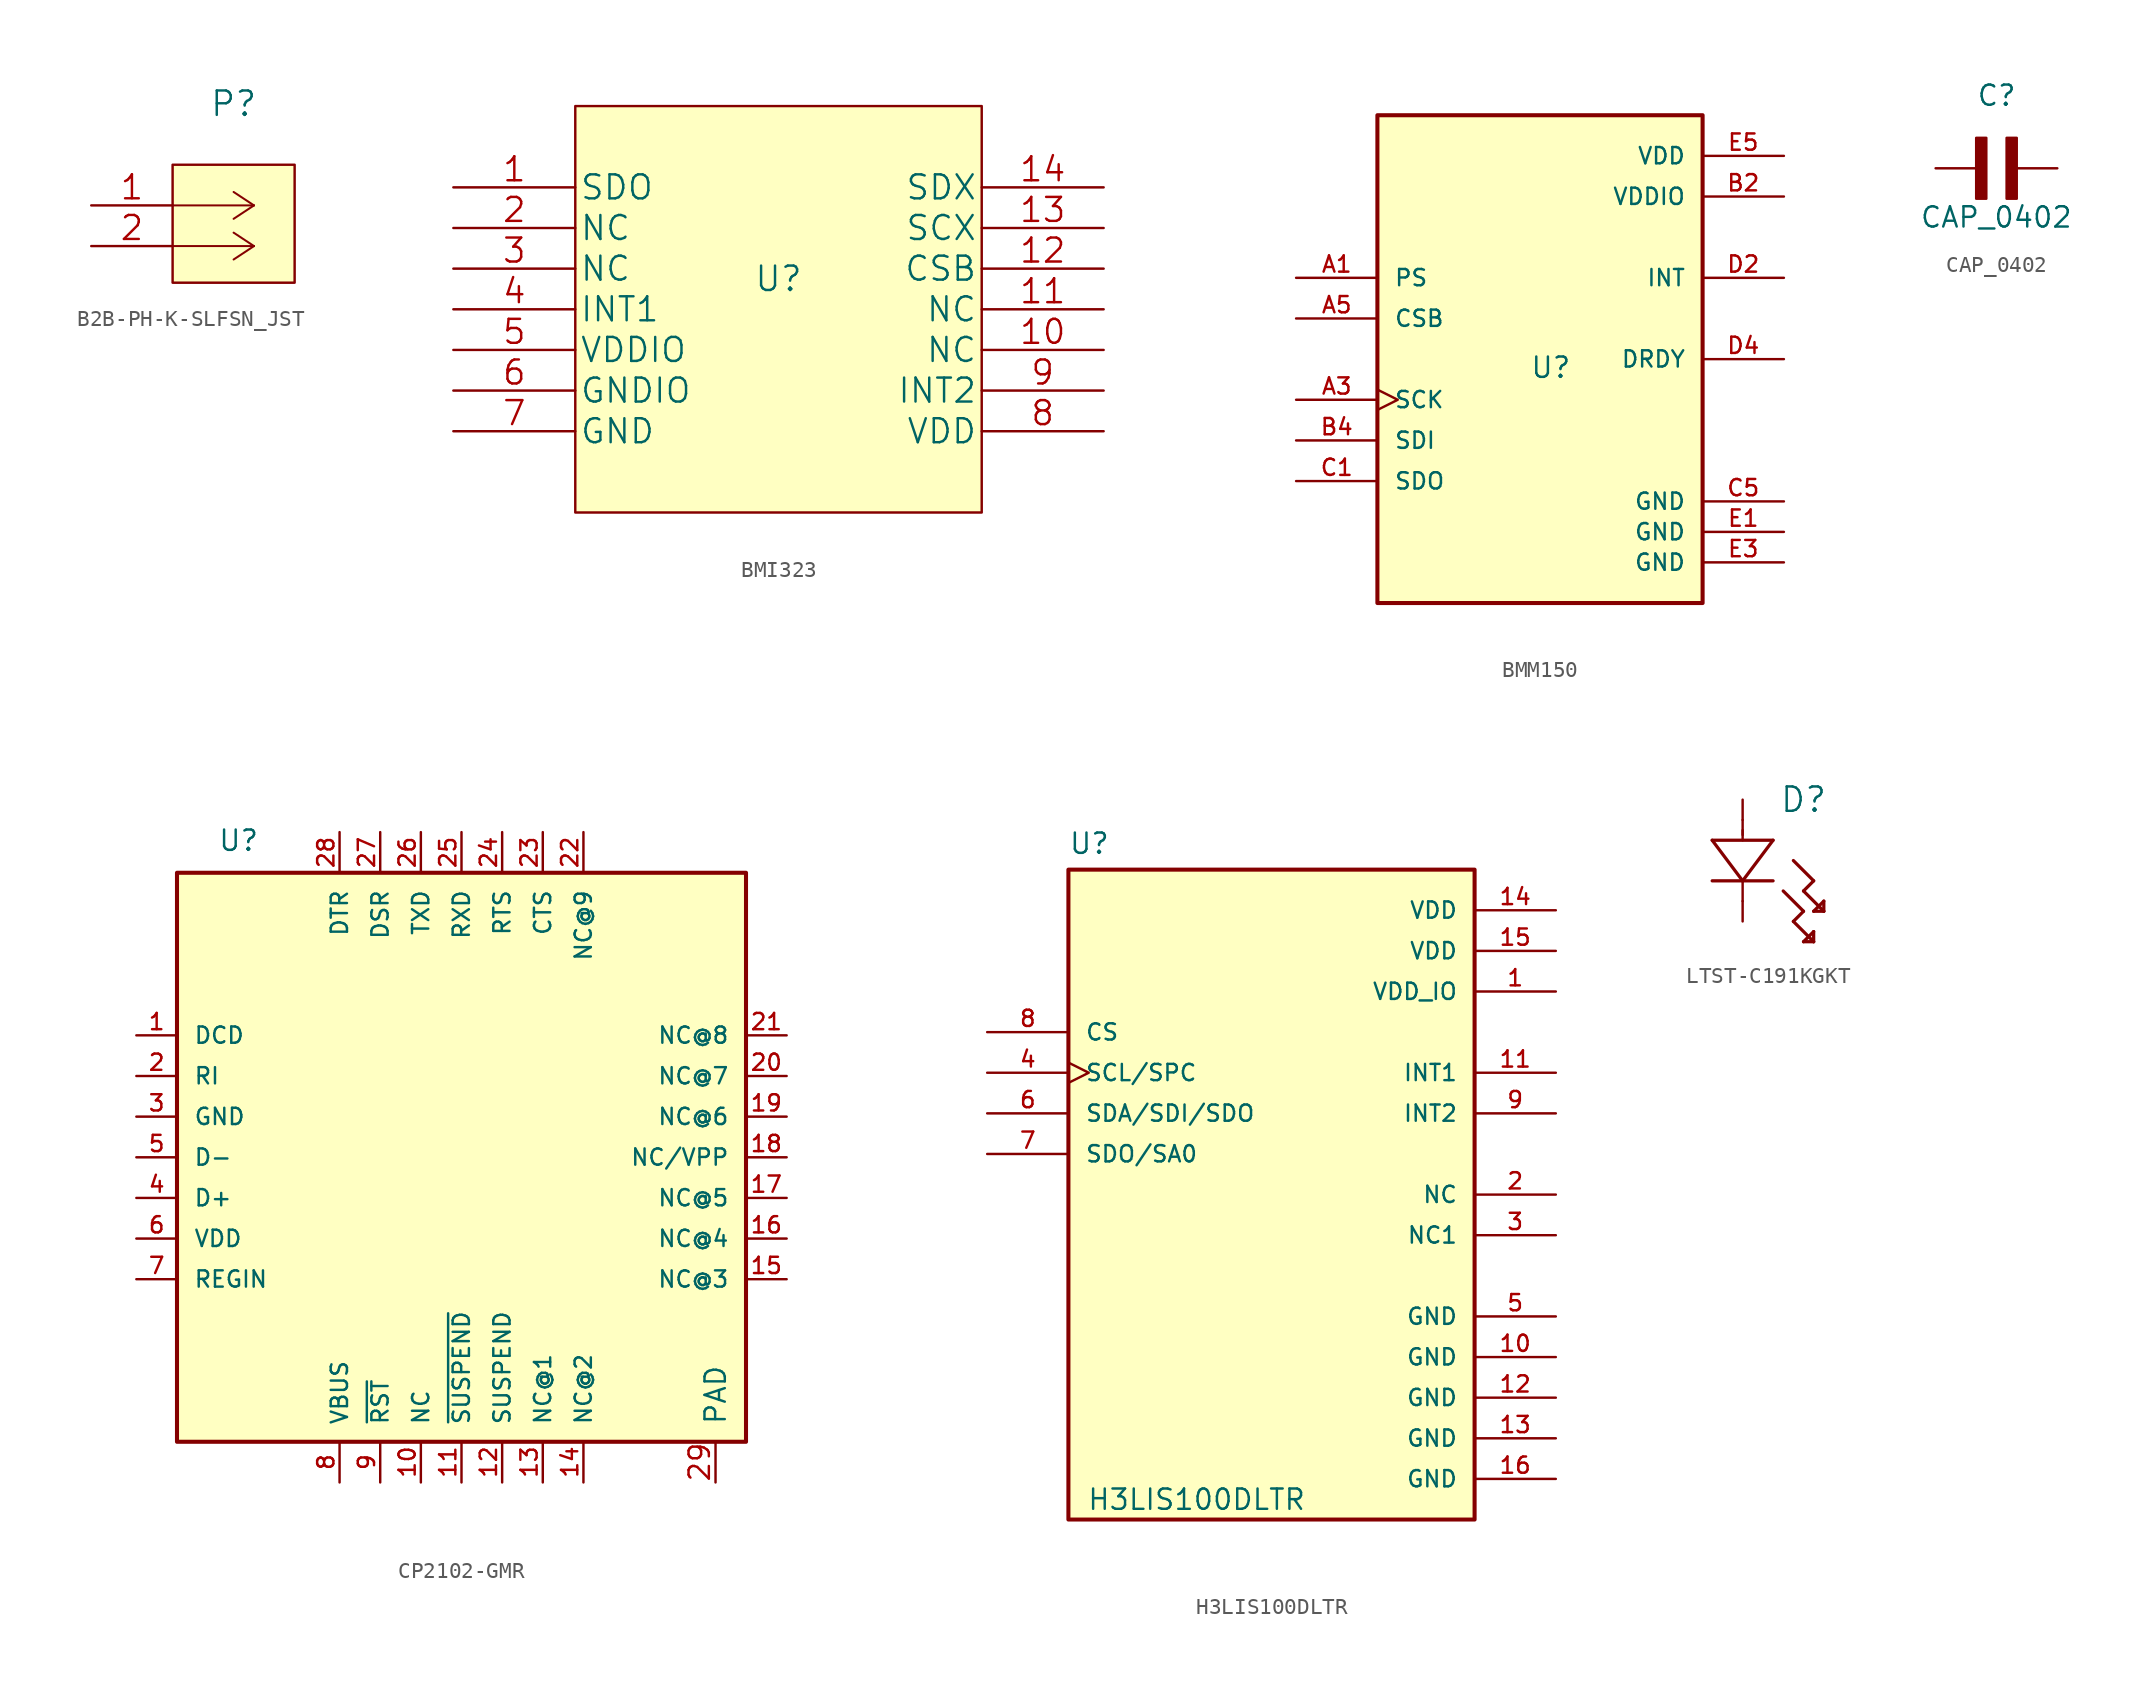
<source format=kicad_sym>
(kicad_symbol_lib
  (version 20220914)
  (generator kicad_symbol_editor)
  (symbol "B2B-PH-K-SLFSN_JST"
    (pin_names
      (offset 0.254) hide)
    (property "Reference" "P"
      (at 8.89 6.35 0)
      (effects (font (size 1.524 1.524))))
    (symbol "B2B-PH-K-SLFSN_JST_0_1"
      (rectangle (start 5.08 2.54) (end 12.7 -4.826) (stroke (width 0.152) (type default)) (fill (type background))))
    (symbol "B2B-PH-K-SLFSN_JST_1_1"
      (polyline (pts (xy 10.16 -2.54) (xy 5.08 -2.54)) (stroke (width 0.127) (type default)) (fill (type none)))
      (polyline (pts (xy 10.16 -2.54) (xy 8.89 -3.378)) (stroke (width 0.127) (type default)) (fill (type none)))
      (polyline (pts (xy 10.16 -2.54) (xy 8.89 -1.702)) (stroke (width 0.127) (type default)) (fill (type none)))
      (polyline (pts (xy 10.16 0) (xy 5.08 0)) (stroke (width 0.127) (type default)) (fill (type none)))
      (polyline (pts (xy 10.16 0) (xy 8.89 -0.838)) (stroke (width 0.127) (type default)) (fill (type none)))
      (polyline (pts (xy 10.16 0) (xy 8.89 0.838)) (stroke (width 0.127) (type default)) (fill (type none)))
      (pin passive line (at 0 0 0) (length 5.08) (name "5" (effects (font (size 1.499 1.499)))) (number "1" (effects (font (size 1.499 1.499)))))
      (pin passive line (at 0 -2.54 0) (length 5.08) (name "6" (effects (font (size 1.499 1.499)))) (number "2" (effects (font (size 1.499 1.499)))))))
  (symbol "BMI323"
    (pin_names
      (offset 0.254))
    (property "Reference" "U"
      (at 20.32 -5.715 0)
      (effects (font (size 1.524 1.524))))
    (property "Datasheet" ""
      (at 0 0 0)
      (effects (font (size 1.524 1.524))))
    (symbol "BMI323_1_1"
      (rectangle (start 7.62 5.08) (end 33.02 -20.32) (stroke (width 0.152) (type default)) (fill (type background)))
      (pin bidirectional line (at 0 0 0) (length 7.62) (name "SDO" (effects (font (size 1.499 1.499)))) (number "1" (effects (font (size 1.499 1.499)))))
      (pin passive line (at 40.64 -10.16 180) (length 7.62) (name "NC" (effects (font (size 1.499 1.499)))) (number "10" (effects (font (size 1.499 1.499)))))
      (pin passive line (at 40.64 -7.62 180) (length 7.62) (name "NC" (effects (font (size 1.499 1.499)))) (number "11" (effects (font (size 1.499 1.499)))))
      (pin input line (at 40.64 -5.08 180) (length 7.62) (name "CSB" (effects (font (size 1.499 1.499)))) (number "12" (effects (font (size 1.499 1.499)))))
      (pin input line (at 40.64 -2.54 180) (length 7.62) (name "SCX" (effects (font (size 1.499 1.499)))) (number "13" (effects (font (size 1.499 1.499)))))
      (pin bidirectional line (at 40.64 0 180) (length 7.62) (name "SDX" (effects (font (size 1.499 1.499)))) (number "14" (effects (font (size 1.499 1.499)))))
      (pin passive line (at 0 -2.54 0) (length 7.62) (name "NC" (effects (font (size 1.499 1.499)))) (number "2" (effects (font (size 1.499 1.499)))))
      (pin passive line (at 0 -5.08 0) (length 7.62) (name "NC" (effects (font (size 1.499 1.499)))) (number "3" (effects (font (size 1.499 1.499)))))
      (pin bidirectional line (at 0 -7.62 0) (length 7.62) (name "INT1" (effects (font (size 1.499 1.499)))) (number "4" (effects (font (size 1.499 1.499)))))
      (pin power_in line (at 0 -10.16 0) (length 7.62) (name "VDDIO" (effects (font (size 1.499 1.499)))) (number "5" (effects (font (size 1.499 1.499)))))
      (pin power_in line (at 0 -12.7 0) (length 7.62) (name "GNDIO" (effects (font (size 1.499 1.499)))) (number "6" (effects (font (size 1.499 1.499)))))
      (pin power_in line (at 0 -15.24 0) (length 7.62) (name "GND" (effects (font (size 1.499 1.499)))) (number "7" (effects (font (size 1.499 1.499)))))
      (pin power_in line (at 40.64 -15.24 180) (length 7.62) (name "VDD" (effects (font (size 1.499 1.499)))) (number "8" (effects (font (size 1.499 1.499)))))
      (pin bidirectional line (at 40.64 -12.7 180) (length 7.62) (name "INT2" (effects (font (size 1.499 1.499)))) (number "9" (effects (font (size 1.499 1.499)))))))
  (symbol "BMM150"
    (pin_names
      (offset 1.016))
    (property "Reference" "U"
      (at -0.635 -1.27 0)
      (effects (font (size 1.27 1.27)) (justify left bottom)))
    (symbol "BMM150_0_0"
      (rectangle (start -10.16 -15.24) (end 10.16 15.24) (stroke (width 0.254) (type default)) (fill (type background)))
      (pin input line (at -15.24 5.08 0) (length 5.08) (name "PS" (effects (font (size 1.016 1.016)))) (number "A1" (effects (font (size 1.016 1.016)))))
      (pin input clock (at -15.24 -2.54 0) (length 5.08) (name "SCK" (effects (font (size 1.016 1.016)))) (number "A3" (effects (font (size 1.016 1.016)))))
      (pin input line (at -15.24 2.54 0) (length 5.08) (name "CSB" (effects (font (size 1.016 1.016)))) (number "A5" (effects (font (size 1.016 1.016)))))
      (pin power_in line (at 15.24 10.16 180) (length 5.08) (name "VDDIO" (effects (font (size 1.016 1.016)))) (number "B2" (effects (font (size 1.016 1.016)))))
      (pin bidirectional line (at -15.24 -5.08 0) (length 5.08) (name "SDI" (effects (font (size 1.016 1.016)))) (number "B4" (effects (font (size 1.016 1.016)))))
      (pin output line (at -15.24 -7.62 0) (length 5.08) (name "SDO" (effects (font (size 1.016 1.016)))) (number "C1" (effects (font (size 1.016 1.016)))))
      (pin power_in line (at 15.24 -8.89 180) (length 5.08) (name "GND" (effects (font (size 1.016 1.016)))) (number "C5" (effects (font (size 1.016 1.016)))))
      (pin output line (at 15.24 5.08 180) (length 5.08) (name "INT" (effects (font (size 1.016 1.016)))) (number "D2" (effects (font (size 1.016 1.016)))))
      (pin output line (at 15.24 0 180) (length 5.08) (name "DRDY" (effects (font (size 1.016 1.016)))) (number "D4" (effects (font (size 1.016 1.016)))))
      (pin power_in line (at 15.24 -10.795 180) (length 5.08) (name "GND" (effects (font (size 1.016 1.016)))) (number "E1" (effects (font (size 1.016 1.016)))))
      (pin power_in line (at 15.24 -12.7 180) (length 5.08) (name "GND" (effects (font (size 1.016 1.016)))) (number "E3" (effects (font (size 1.016 1.016)))))
      (pin power_in line (at 15.24 12.7 180) (length 5.08) (name "VDD" (effects (font (size 1.016 1.016)))) (number "E5" (effects (font (size 1.016 1.016)))))))
  (symbol "CAP_0402"
    (pin_numbers hide)
    (pin_names
      (offset 1.016) hide)
    (property "Reference" "C"
      (at -1.27 3.81 0)
      (effects (font (size 1.27 1.27)) (justify left bottom)))
    (property "Value" "CAP_0402"
      (at -4.826 -3.81 0)
      (effects (font (size 1.27 1.27)) (justify left bottom)))
    (symbol "CAP_0402_0_0"
      (rectangle (start -1.27 -1.905) (end -0.635 1.905) (stroke (width 0) (type default)) (fill (type outline)))
      (rectangle (start 0.635 -1.905) (end 1.27 1.905) (stroke (width 0) (type default)) (fill (type outline)))
      (pin passive line (at 3.81 0 180) (length 2.54) (name "~" (effects (font (size 1.016 1.016)))) (number "1" (effects (font (size 1.016 1.016)))))
      (pin passive line (at -3.81 0 0) (length 2.54) (name "~" (effects (font (size 1.016 1.016)))) (number "2" (effects (font (size 1.016 1.016)))))))
  (symbol "CP2102-GMR"
    (pin_names
      (offset 1.016))
    (property "Reference" "U"
      (at -15.24 19.05 0)
      (effects (font (size 1.27 1.27)) (justify left bottom)))
    (symbol "CP2102-GMR_0_0"
      (rectangle (start -17.78 17.78) (end 17.78 -17.78) (stroke (width 0.254) (type default)) (fill (type background)))
      (pin bidirectional line (at -20.32 7.62 0) (length 2.54) (name "DCD" (effects (font (size 1.016 1.016)))) (number "1" (effects (font (size 1.016 1.016)))))
      (pin bidirectional line (at -2.54 -20.32 90) (length 2.54) (name "NC" (effects (font (size 1.016 1.016)))) (number "10" (effects (font (size 1.016 1.016)))))
      (pin bidirectional line (at 0 -20.32 90) (length 2.54) (name "~{SUSPEND}" (effects (font (size 1.016 1.016)))) (number "11" (effects (font (size 1.016 1.016)))))
      (pin bidirectional line (at 2.54 -20.32 90) (length 2.54) (name "SUSPEND" (effects (font (size 1.016 1.016)))) (number "12" (effects (font (size 1.016 1.016)))))
      (pin bidirectional line (at 5.08 -20.32 90) (length 2.54) (name "NC@1" (effects (font (size 1.016 1.016)))) (number "13" (effects (font (size 1.016 1.016)))))
      (pin bidirectional line (at 7.62 -20.32 90) (length 2.54) (name "NC@2" (effects (font (size 1.016 1.016)))) (number "14" (effects (font (size 1.016 1.016)))))
      (pin bidirectional line (at 20.32 -7.62 180) (length 2.54) (name "NC@3" (effects (font (size 1.016 1.016)))) (number "15" (effects (font (size 1.016 1.016)))))
      (pin bidirectional line (at 20.32 -5.08 180) (length 2.54) (name "NC@4" (effects (font (size 1.016 1.016)))) (number "16" (effects (font (size 1.016 1.016)))))
      (pin bidirectional line (at 20.32 -2.54 180) (length 2.54) (name "NC@5" (effects (font (size 1.016 1.016)))) (number "17" (effects (font (size 1.016 1.016)))))
      (pin bidirectional line (at 20.32 0 180) (length 2.54) (name "NC/VPP" (effects (font (size 1.016 1.016)))) (number "18" (effects (font (size 1.016 1.016)))))
      (pin bidirectional line (at 20.32 2.54 180) (length 2.54) (name "NC@6" (effects (font (size 1.016 1.016)))) (number "19" (effects (font (size 1.016 1.016)))))
      (pin bidirectional line (at -20.32 5.08 0) (length 2.54) (name "RI" (effects (font (size 1.016 1.016)))) (number "2" (effects (font (size 1.016 1.016)))))
      (pin bidirectional line (at 20.32 5.08 180) (length 2.54) (name "NC@7" (effects (font (size 1.016 1.016)))) (number "20" (effects (font (size 1.016 1.016)))))
      (pin bidirectional line (at 20.32 7.62 180) (length 2.54) (name "NC@8" (effects (font (size 1.016 1.016)))) (number "21" (effects (font (size 1.016 1.016)))))
      (pin bidirectional line (at 7.62 20.32 270) (length 2.54) (name "NC@9" (effects (font (size 1.016 1.016)))) (number "22" (effects (font (size 1.016 1.016)))))
      (pin bidirectional line (at 5.08 20.32 270) (length 2.54) (name "CTS" (effects (font (size 1.016 1.016)))) (number "23" (effects (font (size 1.016 1.016)))))
      (pin bidirectional line (at 2.54 20.32 270) (length 2.54) (name "RTS" (effects (font (size 1.016 1.016)))) (number "24" (effects (font (size 1.016 1.016)))))
      (pin bidirectional line (at 0 20.32 270) (length 2.54) (name "RXD" (effects (font (size 1.016 1.016)))) (number "25" (effects (font (size 1.016 1.016)))))
      (pin bidirectional line (at -2.54 20.32 270) (length 2.54) (name "TXD" (effects (font (size 1.016 1.016)))) (number "26" (effects (font (size 1.016 1.016)))))
      (pin bidirectional line (at -5.08 20.32 270) (length 2.54) (name "DSR" (effects (font (size 1.016 1.016)))) (number "27" (effects (font (size 1.016 1.016)))))
      (pin bidirectional line (at -7.62 20.32 270) (length 2.54) (name "DTR" (effects (font (size 1.016 1.016)))) (number "28" (effects (font (size 1.016 1.016)))))
      (pin power_in line (at -20.32 2.54 0) (length 2.54) (name "GND" (effects (font (size 1.016 1.016)))) (number "3" (effects (font (size 1.016 1.016)))))
      (pin bidirectional line (at -20.32 -2.54 0) (length 2.54) (name "D+" (effects (font (size 1.016 1.016)))) (number "4" (effects (font (size 1.016 1.016)))))
      (pin bidirectional line (at -20.32 0 0) (length 2.54) (name "D-" (effects (font (size 1.016 1.016)))) (number "5" (effects (font (size 1.016 1.016)))))
      (pin bidirectional line (at -20.32 -5.08 0) (length 2.54) (name "VDD" (effects (font (size 1.016 1.016)))) (number "6" (effects (font (size 1.016 1.016)))))
      (pin power_in line (at -20.32 -7.62 0) (length 2.54) (name "REGIN" (effects (font (size 1.016 1.016)))) (number "7" (effects (font (size 1.016 1.016)))))
      (pin power_in line (at -7.62 -20.32 90) (length 2.54) (name "VBUS" (effects (font (size 1.016 1.016)))) (number "8" (effects (font (size 1.016 1.016)))))
      (pin bidirectional line (at -5.08 -20.32 90) (length 2.54) (name "~{RST}" (effects (font (size 1.016 1.016)))) (number "9" (effects (font (size 1.016 1.016))))))
    (symbol "CP2102-GMR_1_1"
      (pin passive line (at 15.875 -20.32 90) (length 2.54) (name "PAD" (effects (font (size 1.27 1.27)))) (number "29" (effects (font (size 1.27 1.27)))))))
  (symbol "H3LIS100DLTR"
    (pin_names
      (offset 1.016))
    (property "Reference" "U"
      (at -12.7 13.589 0)
      (effects (font (size 1.27 1.27)) (justify left bottom)))
    (property "Value" "H3LIS100DLTR"
      (at -11.557 -27.432 0)
      (effects (font (size 1.27 1.27)) (justify left bottom)))
    (symbol "H3LIS100DLTR_0_0"
      (rectangle (start -12.7 12.7) (end 12.7 -27.94) (stroke (width 0.254) (type solid)) (fill (type background)))
      (pin power_in line (at 17.78 5.08 180) (length 5.08) (name "VDD_IO" (effects (font (size 1.016 1.016)))) (number "1" (effects (font (size 1.016 1.016)))))
      (pin output line (at 17.78 0 180) (length 5.08) (name "INT1" (effects (font (size 1.016 1.016)))) (number "11" (effects (font (size 1.016 1.016)))))
      (pin power_in line (at 17.78 10.16 180) (length 5.08) (name "VDD" (effects (font (size 1.016 1.016)))) (number "14" (effects (font (size 1.016 1.016)))))
      (pin input clock (at -17.78 0 0) (length 5.08) (name "SCL/SPC" (effects (font (size 1.016 1.016)))) (number "4" (effects (font (size 1.016 1.016)))))
      (pin power_in line (at 17.78 -15.24 180) (length 5.08) (name "GND" (effects (font (size 1.016 1.016)))) (number "5" (effects (font (size 1.016 1.016)))))
      (pin bidirectional line (at -17.78 -2.54 0) (length 5.08) (name "SDA/SDI/SDO" (effects (font (size 1.016 1.016)))) (number "6" (effects (font (size 1.016 1.016)))))
      (pin bidirectional line (at -17.78 -5.08 0) (length 5.08) (name "SDO/SA0" (effects (font (size 1.016 1.016)))) (number "7" (effects (font (size 1.016 1.016)))))
      (pin input line (at -17.78 2.54 0) (length 5.08) (name "CS" (effects (font (size 1.016 1.016)))) (number "8" (effects (font (size 1.016 1.016)))))
      (pin output line (at 17.78 -2.54 180) (length 5.08) (name "INT2" (effects (font (size 1.016 1.016)))) (number "9" (effects (font (size 1.016 1.016))))))
    (symbol "H3LIS100DLTR_1_0"
      (pin power_in line (at 17.78 -17.78 180) (length 5.08) (name "GND" (effects (font (size 1.016 1.016)))) (number "10" (effects (font (size 1.016 1.016)))))
      (pin power_in line (at 17.78 -20.32 180) (length 5.08) (name "GND" (effects (font (size 1.016 1.016)))) (number "12" (effects (font (size 1.016 1.016)))))
      (pin power_in line (at 17.78 -22.86 180) (length 5.08) (name "GND" (effects (font (size 1.016 1.016)))) (number "13" (effects (font (size 1.016 1.016)))))
      (pin power_in line (at 17.78 7.62 180) (length 5.08) (name "VDD" (effects (font (size 1.016 1.016)))) (number "15" (effects (font (size 1.016 1.016)))))
      (pin power_in line (at 17.78 -25.4 180) (length 5.08) (name "GND" (effects (font (size 1.016 1.016)))) (number "16" (effects (font (size 1.016 1.016)))))
      (pin passive line (at 17.78 -7.62 180) (length 5.08) (name "NC" (effects (font (size 1.016 1.016)))) (number "2" (effects (font (size 1.016 1.016)))))
      (pin passive line (at 17.78 -10.16 180) (length 5.08) (name "NC1" (effects (font (size 1.016 1.016)))) (number "3" (effects (font (size 1.016 1.016)))))))
  (symbol "LTST-C191KGKT"
    (pin_numbers hide)
    (pin_names hide)
    (property "Reference" "D"
      (at 3.81 5.08 0)
      (effects (font (size 1.524 1.524))))
    (property "Datasheet" ""
      (at 0 6.35 90)
      (effects (font (size 1.524 1.524))))
    (symbol "LTST-C191KGKT_1_1"
      (polyline (pts (xy -1.905 0) (xy 1.905 0)) (stroke (width 0.203) (type default)) (fill (type none)))
      (polyline (pts (xy -1.905 2.54) (xy 0 0)) (stroke (width 0.203) (type default)) (fill (type none)))
      (polyline (pts (xy 0 0) (xy 0 -1.27)) (stroke (width 0.152) (type default)) (fill (type none)))
      (polyline (pts (xy 0 0) (xy 1.905 2.54)) (stroke (width 0.203) (type default)) (fill (type none)))
      (polyline (pts (xy 0 3.175) (xy 0 2.54)) (stroke (width 0.152) (type default)) (fill (type none)))
      (polyline (pts (xy 0 3.81) (xy 0 2.87)) (stroke (width 0.152) (type default)) (fill (type none)))
      (polyline (pts (xy 1.905 2.54) (xy -1.905 2.54)) (stroke (width 0.203) (type default)) (fill (type none)))
      (polyline (pts (xy 2.54 -0.635) (xy 3.81 -1.905)) (stroke (width 0.203) (type default)) (fill (type none)))
      (polyline (pts (xy 3.175 -2.54) (xy 4.445 -3.81)) (stroke (width 0.203) (type default)) (fill (type none)))
      (polyline (pts (xy 3.175 1.27) (xy 4.445 0)) (stroke (width 0.203) (type default)) (fill (type none)))
      (polyline (pts (xy 3.81 -3.81) (xy 4.445 -3.81)) (stroke (width 0.203) (type default)) (fill (type none)))
      (polyline (pts (xy 3.81 -1.905) (xy 3.175 -2.54)) (stroke (width 0.203) (type default)) (fill (type none)))
      (polyline (pts (xy 3.81 -0.635) (xy 5.08 -1.905)) (stroke (width 0.203) (type default)) (fill (type none)))
      (polyline (pts (xy 4.445 -3.81) (xy 4.445 -3.175)) (stroke (width 0.203) (type default)) (fill (type none)))
      (polyline (pts (xy 4.445 -3.175) (xy 3.81 -3.81)) (stroke (width 0.203) (type default)) (fill (type none)))
      (polyline (pts (xy 4.445 -1.905) (xy 5.08 -1.905)) (stroke (width 0.203) (type default)) (fill (type none)))
      (polyline (pts (xy 4.445 0) (xy 3.81 -0.635)) (stroke (width 0.203) (type default)) (fill (type none)))
      (polyline (pts (xy 5.08 -1.905) (xy 5.08 -1.27)) (stroke (width 0.203) (type default)) (fill (type none)))
      (polyline (pts (xy 5.08 -1.27) (xy 4.445 -1.905)) (stroke (width 0.203) (type default)) (fill (type none)))
      (pin passive line (at 0 -2.54 90) (length 1.27) (name "1" (effects (font (size 1.499 1.499)))) (number "1" (effects (font (size 1.499 1.499)))))
      (pin passive line (at 0 5.08 270) (length 1.27) (name "2" (effects (font (size 1.499 1.499)))) (number "2" (effects (font (size 1.499 1.499))))))))
</source>
